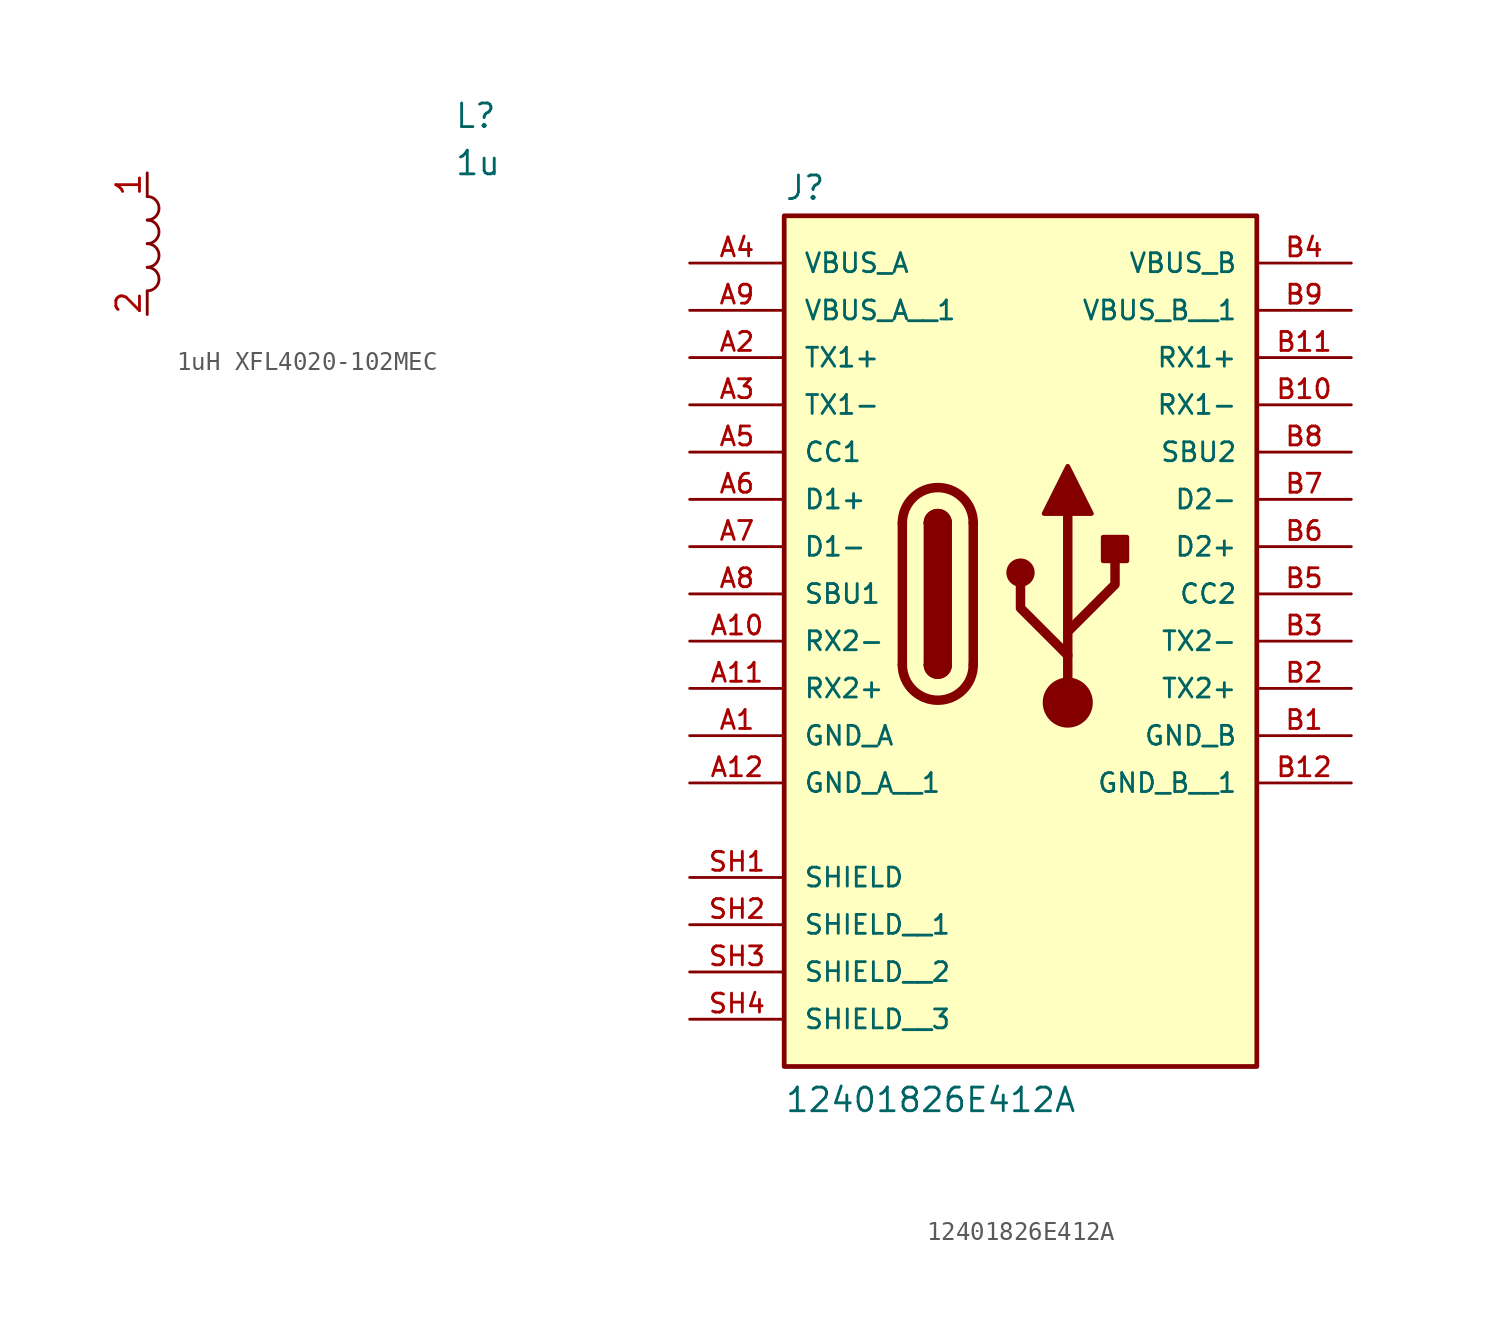
<source format=kicad_sym>
(kicad_symbol_lib
  (version 20241209)
  (generator "kicad_symbol_editor")
  (generator_version "9.0")
  (symbol "1uH XFL4020-102MEC"
    (pin_names
      (hide yes))
    (property "Reference" "L"
      (at 16.51 6.35 0)
      (effects (font (size 1.27 1.27)) (justify left top)))
    (property "Value" "1u"
      (at 16.51 3.81 0)
      (effects (font (size 1.27 1.27)) (justify left top)))
    (symbol "1uH XFL4020-102MEC_0_1"
      (arc (start 0 1.27) (mid 0.6323 0.635) (end 0 0) (stroke (width 0) (type default)) (fill (type none)))
      (arc (start 0 0) (mid 0.6323 -0.635) (end 0 -1.27) (stroke (width 0) (type default)) (fill (type none)))
      (arc (start 0 -1.27) (mid 0.6323 -1.905) (end 0 -2.54) (stroke (width 0) (type default)) (fill (type none)))
      (arc (start 0 -2.54) (mid 0.6323 -3.175) (end 0 -3.81) (stroke (width 0) (type default)) (fill (type none))))
    (symbol "1uH XFL4020-102MEC_1_1"
      (pin passive line (at 0 2.54 270) (length 1.27) (name "1" (effects (font (size 1.27 1.27)))) (number "1" (effects (font (size 1.27 1.27)))))
      (pin passive line (at 0 -5.08 90) (length 1.27) (name "2" (effects (font (size 1.27 1.27)))) (number "2" (effects (font (size 1.27 1.27)))))))
  (symbol "12401826E412A"
    (pin_names
      (offset 1.016))
    (property "Reference" "J"
      (at -12.7 16.002 0)
      (effects (font (size 1.27 1.27)) (justify left bottom)))
    (property "Value" "12401826E412A"
      (at -12.7 -33.02 0)
      (effects (font (size 1.27 1.27)) (justify left bottom)))
    (symbol "12401826E412A_0_0"
      (rectangle (start -12.7 -30.48) (end 12.7 15.24) (stroke (width 0.254) (type default)) (fill (type background)))
      (pin power_in line (at -17.78 12.7 0) (length 5.08) (name "VBUS_A" (effects (font (size 1.016 1.016)))) (number "A4" (effects (font (size 1.016 1.016)))))
      (pin power_in line (at -17.78 10.16 0) (length 5.08) (name "VBUS_A__1" (effects (font (size 1.016 1.016)))) (number "A9" (effects (font (size 1.016 1.016)))))
      (pin bidirectional line (at -17.78 7.62 0) (length 5.08) (name "TX1+" (effects (font (size 1.016 1.016)))) (number "A2" (effects (font (size 1.016 1.016)))))
      (pin bidirectional line (at -17.78 5.08 0) (length 5.08) (name "TX1-" (effects (font (size 1.016 1.016)))) (number "A3" (effects (font (size 1.016 1.016)))))
      (pin bidirectional line (at -17.78 2.54 0) (length 5.08) (name "CC1" (effects (font (size 1.016 1.016)))) (number "A5" (effects (font (size 1.016 1.016)))))
      (pin bidirectional line (at -17.78 0 0) (length 5.08) (name "D1+" (effects (font (size 1.016 1.016)))) (number "A6" (effects (font (size 1.016 1.016)))))
      (pin bidirectional line (at -17.78 -2.54 0) (length 5.08) (name "D1-" (effects (font (size 1.016 1.016)))) (number "A7" (effects (font (size 1.016 1.016)))))
      (pin bidirectional line (at -17.78 -5.08 0) (length 5.08) (name "SBU1" (effects (font (size 1.016 1.016)))) (number "A8" (effects (font (size 1.016 1.016)))))
      (pin bidirectional line (at -17.78 -7.62 0) (length 5.08) (name "RX2-" (effects (font (size 1.016 1.016)))) (number "A10" (effects (font (size 1.016 1.016)))))
      (pin bidirectional line (at -17.78 -10.16 0) (length 5.08) (name "RX2+" (effects (font (size 1.016 1.016)))) (number "A11" (effects (font (size 1.016 1.016)))))
      (pin power_in line (at -17.78 -12.7 0) (length 5.08) (name "GND_A" (effects (font (size 1.016 1.016)))) (number "A1" (effects (font (size 1.016 1.016)))))
      (pin power_in line (at -17.78 -15.24 0) (length 5.08) (name "GND_A__1" (effects (font (size 1.016 1.016)))) (number "A12" (effects (font (size 1.016 1.016)))))
      (pin passive line (at -17.78 -20.32 0) (length 5.08) (name "SHIELD" (effects (font (size 1.016 1.016)))) (number "SH1" (effects (font (size 1.016 1.016)))))
      (pin passive line (at -17.78 -22.86 0) (length 5.08) (name "SHIELD__1" (effects (font (size 1.016 1.016)))) (number "SH2" (effects (font (size 1.016 1.016)))))
      (pin passive line (at -17.78 -25.4 0) (length 5.08) (name "SHIELD__2" (effects (font (size 1.016 1.016)))) (number "SH3" (effects (font (size 1.016 1.016)))))
      (pin passive line (at -17.78 -27.94 0) (length 5.08) (name "SHIELD__3" (effects (font (size 1.016 1.016)))) (number "SH4" (effects (font (size 1.016 1.016)))))
      (pin power_in line (at 17.78 12.7 180) (length 5.08) (name "VBUS_B" (effects (font (size 1.016 1.016)))) (number "B4" (effects (font (size 1.016 1.016)))))
      (pin power_in line (at 17.78 10.16 180) (length 5.08) (name "VBUS_B__1" (effects (font (size 1.016 1.016)))) (number "B9" (effects (font (size 1.016 1.016)))))
      (pin bidirectional line (at 17.78 7.62 180) (length 5.08) (name "RX1+" (effects (font (size 1.016 1.016)))) (number "B11" (effects (font (size 1.016 1.016)))))
      (pin bidirectional line (at 17.78 5.08 180) (length 5.08) (name "RX1-" (effects (font (size 1.016 1.016)))) (number "B10" (effects (font (size 1.016 1.016)))))
      (pin bidirectional line (at 17.78 2.54 180) (length 5.08) (name "SBU2" (effects (font (size 1.016 1.016)))) (number "B8" (effects (font (size 1.016 1.016)))))
      (pin bidirectional line (at 17.78 0 180) (length 5.08) (name "D2-" (effects (font (size 1.016 1.016)))) (number "B7" (effects (font (size 1.016 1.016)))))
      (pin bidirectional line (at 17.78 -2.54 180) (length 5.08) (name "D2+" (effects (font (size 1.016 1.016)))) (number "B6" (effects (font (size 1.016 1.016)))))
      (pin bidirectional line (at 17.78 -5.08 180) (length 5.08) (name "CC2" (effects (font (size 1.016 1.016)))) (number "B5" (effects (font (size 1.016 1.016)))))
      (pin bidirectional line (at 17.78 -7.62 180) (length 5.08) (name "TX2-" (effects (font (size 1.016 1.016)))) (number "B3" (effects (font (size 1.016 1.016)))))
      (pin bidirectional line (at 17.78 -10.16 180) (length 5.08) (name "TX2+" (effects (font (size 1.016 1.016)))) (number "B2" (effects (font (size 1.016 1.016)))))
      (pin power_in line (at 17.78 -12.7 180) (length 5.08) (name "GND_B" (effects (font (size 1.016 1.016)))) (number "B1" (effects (font (size 1.016 1.016)))))
      (pin power_in line (at 17.78 -15.24 180) (length 5.08) (name "GND_B__1" (effects (font (size 1.016 1.016)))) (number "B12" (effects (font (size 1.016 1.016))))))
    (symbol "12401826E412A_0_1"
      (polyline (pts (xy -6.35 -8.89) (xy -6.35 -1.27)) (stroke (width 0.508) (type default)) (fill (type none)))
      (rectangle (start -5.08 -8.89) (end -3.81 -1.27) (stroke (width 0.254) (type default)) (fill (type outline)))
      (arc (start -5.08 -1.27) (mid -4.445 -0.6377) (end -3.81 -1.27) (stroke (width 0.254) (type default)) (fill (type none)))
      (arc (start -5.08 -1.27) (mid -4.445 -0.6377) (end -3.81 -1.27) (stroke (width 0.254) (type default)) (fill (type outline)))
      (arc (start -6.35 -1.27) (mid -4.445 0.6267) (end -2.54 -1.27) (stroke (width 0.508) (type default)) (fill (type none)))
      (arc (start -2.54 -8.89) (mid -4.445 -10.7867) (end -6.35 -8.89) (stroke (width 0.508) (type default)) (fill (type none)))
      (arc (start -3.81 -8.89) (mid -4.445 -9.5223) (end -5.08 -8.89) (stroke (width 0.254) (type default)) (fill (type none)))
      (arc (start -3.81 -8.89) (mid -4.445 -9.5223) (end -5.08 -8.89) (stroke (width 0.254) (type default)) (fill (type outline)))
      (polyline (pts (xy -2.54 -1.27) (xy -2.54 -8.89)) (stroke (width 0.508) (type default)) (fill (type none))))
    (symbol "12401826E412A_1_1"
      (circle (center 0 -3.937) (radius 0.635) (stroke (width 0.254) (type default)) (fill (type outline)))
      (polyline (pts (xy 1.27 -0.762) (xy 2.54 1.778) (xy 3.81 -0.762) (xy 1.27 -0.762)) (stroke (width 0.254) (type default)) (fill (type outline)))
      (polyline (pts (xy 2.54 -7.112) (xy 5.08 -4.572) (xy 5.08 -3.302)) (stroke (width 0.508) (type default)) (fill (type none)))
      (polyline (pts (xy 2.54 -8.382) (xy 0 -5.842) (xy 0 -4.572)) (stroke (width 0.508) (type default)) (fill (type none)))
      (polyline (pts (xy 2.54 -10.922) (xy 2.54 -0.762)) (stroke (width 0.508) (type default)) (fill (type none)))
      (circle (center 2.54 -10.922) (radius 1.27) (stroke (width 0) (type default)) (fill (type outline)))
      (rectangle (start 4.445 -3.302) (end 5.715 -2.032) (stroke (width 0.254) (type default)) (fill (type outline))))))
</source>
